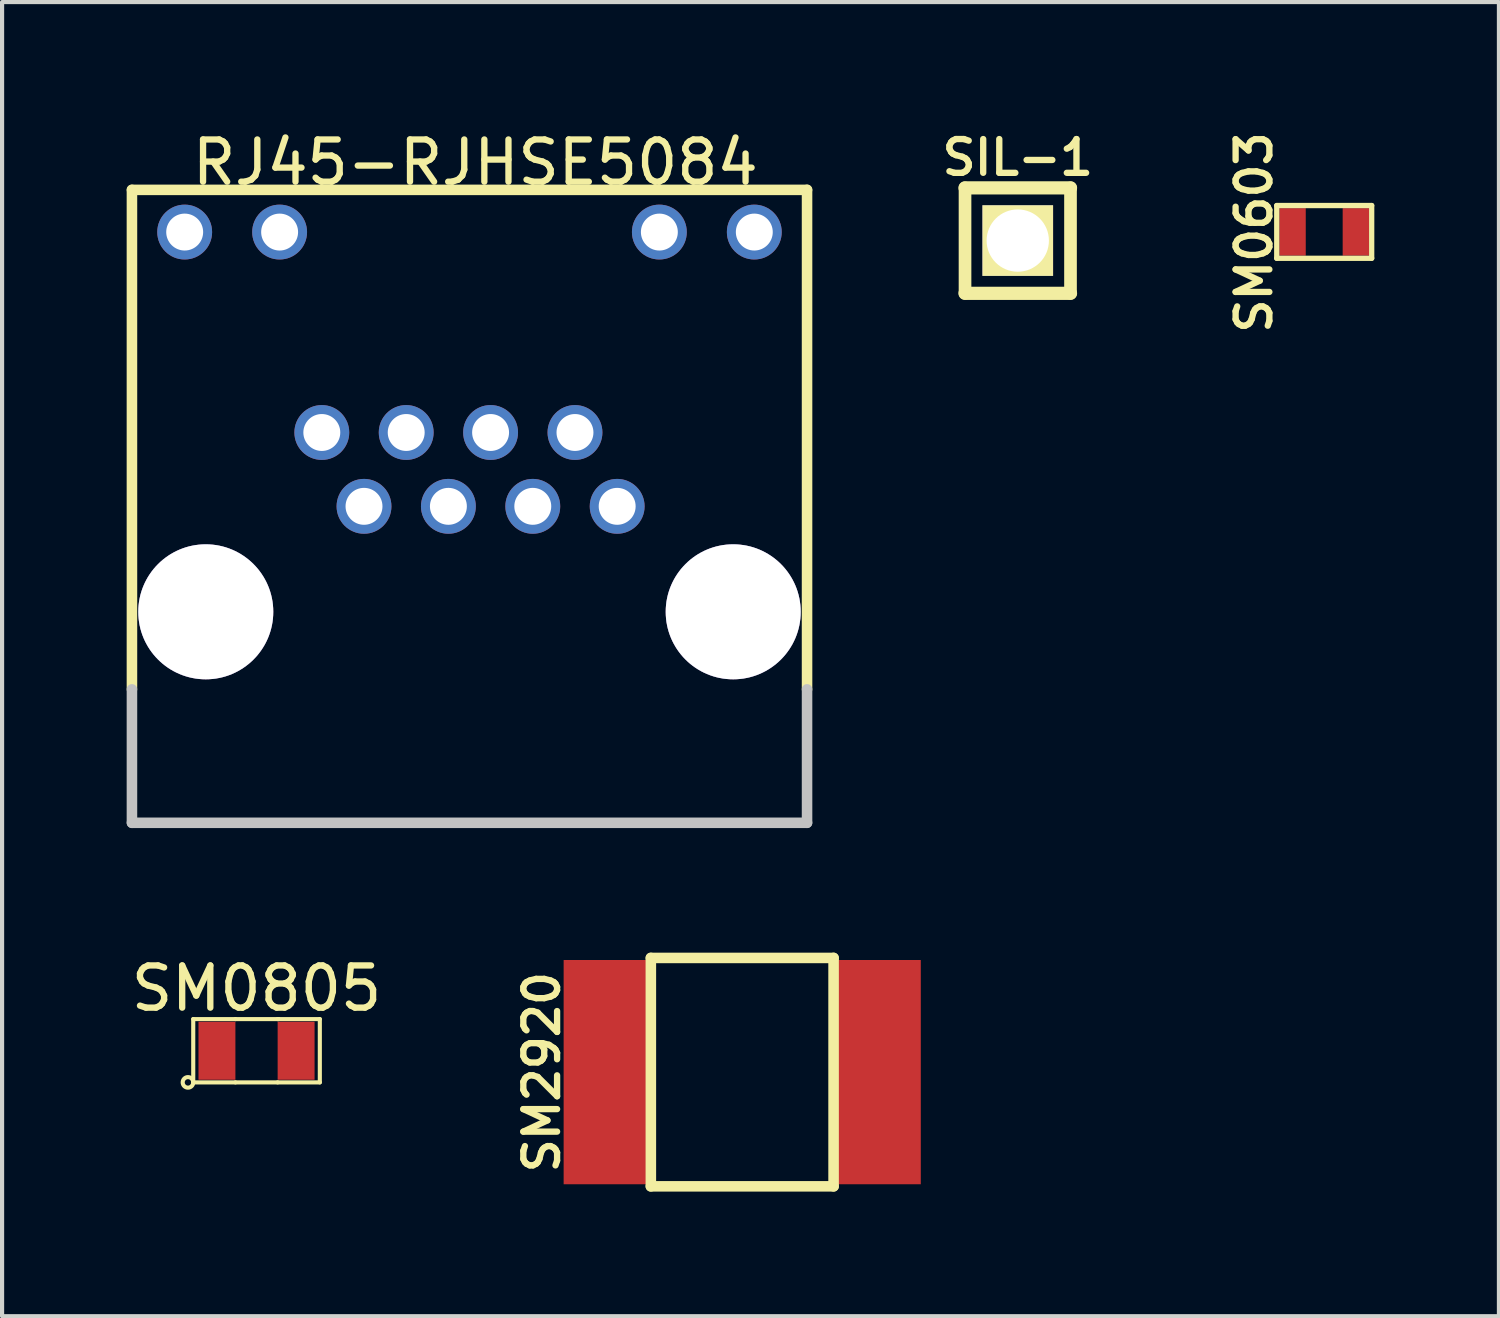
<source format=kicad_pcb>
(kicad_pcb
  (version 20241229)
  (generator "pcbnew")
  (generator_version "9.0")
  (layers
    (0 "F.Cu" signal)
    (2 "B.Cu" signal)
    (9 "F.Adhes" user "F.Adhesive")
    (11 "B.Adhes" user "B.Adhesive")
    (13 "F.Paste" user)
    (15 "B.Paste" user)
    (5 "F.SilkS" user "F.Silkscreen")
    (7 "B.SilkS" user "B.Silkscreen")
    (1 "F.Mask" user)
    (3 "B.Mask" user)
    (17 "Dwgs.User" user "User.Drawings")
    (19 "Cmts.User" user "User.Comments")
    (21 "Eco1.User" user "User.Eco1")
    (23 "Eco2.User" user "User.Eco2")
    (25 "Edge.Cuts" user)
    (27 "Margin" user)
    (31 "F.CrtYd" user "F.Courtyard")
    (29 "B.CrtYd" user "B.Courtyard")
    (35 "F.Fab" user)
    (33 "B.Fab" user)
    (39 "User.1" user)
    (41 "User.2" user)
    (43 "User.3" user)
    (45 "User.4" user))
  (footprint "SM0603"
    (layer "F.Cu")
    (at 28.836 2.534)
    (property "Reference" "SM0603" (at -1.689 0.013 90) (layer "F.SilkS") (effects (font (size 0.813 0.813) (thickness 0.152))))
    (attr smd)
    (fp_line (start -1.143 -0.635) (end 1.143 -0.635) (stroke (width 0.127) (type solid)) (layer "F.SilkS"))
    (fp_line (start -1.143 0.635) (end -1.143 -0.635) (stroke (width 0.127) (type solid)) (layer "F.SilkS"))
    (fp_line (start 1.143 -0.635) (end 1.143 0.635) (stroke (width 0.127) (type solid)) (layer "F.SilkS"))
    (fp_line (start 1.143 0.635) (end -1.143 0.635) (stroke (width 0.127) (type solid)) (layer "F.SilkS"))
    (pad "1" smd rect (at -0.762 0) (size 0.635 1.143) (layers "F.Cu" "F.Mask" "F.Paste"))
    (pad "2" smd rect (at 0.762 0) (size 0.635 1.143) (layers "F.Cu" "F.Mask" "F.Paste")))
  (footprint "SM2920"
    (layer "F.Cu")
    (at 14.822 22.766)
    (property "Reference" "SM2920" (at -4.826 0 90) (layer "F.SilkS") (effects (font (size 0.813 0.813) (thickness 0.152))))
    (attr smd)
    (fp_line (start -2.2 -2.75) (end 2.2 -2.75) (stroke (width 0.254) (type solid)) (layer "F.SilkS"))
    (fp_line (start -2.2 2.75) (end -2.2 -2.75) (stroke (width 0.254) (type solid)) (layer "F.SilkS"))
    (fp_line (start 2.2 -2.75) (end 2.2 2.75) (stroke (width 0.254) (type solid)) (layer "F.SilkS"))
    (fp_line (start 2.2 2.75) (end -2.2 2.75) (stroke (width 0.254) (type solid)) (layer "F.SilkS"))
    (pad "1" smd rect (at -3.3 0) (size 2 5.4) (layers "F.Cu" "F.Mask" "F.Paste"))
    (pad "2" smd rect (at 3.3 0) (size 2 5.4) (layers "F.Cu" "F.Mask" "F.Paste")))
  (footprint "RJ45-RJHSE5084"
    (layer "F.Cu")
    (at 8.255 9.142)
    (property "Reference" "RJ45-RJHSE5084" (at 0.14 -8.28 0) (layer "F.SilkS") (effects (font (size 1.016 1.016) (thickness 0.152))))
    (attr smd)
    (fp_line (start -8.128 -7.62) (end -8.128 4.407) (stroke (width 0.254) (type solid)) (layer "F.SilkS"))
    (fp_line (start -8.128 -7.62) (end 8.128 -7.62) (stroke (width 0.254) (type solid)) (layer "F.SilkS"))
    (fp_line (start 8.128 4.407) (end 8.128 -7.62) (stroke (width 0.254) (type solid)) (layer "F.SilkS"))
    (fp_line (start -8.128 4.407) (end -8.128 7.62) (stroke (width 0.254) (type solid)) (layer "Dwgs.User"))
    (fp_line (start -8.128 7.62) (end 8.128 7.62) (stroke (width 0.254) (type solid)) (layer "Dwgs.User"))
    (fp_line (start 8.128 4.407) (end 8.128 7.62) (stroke (width 0.254) (type solid)) (layer "Dwgs.User"))
    (pad "1" thru_hole circle (at 3.556 0 180) (size 1.321 1.321) (drill 0.889) (layers "*.Cu" "*.Mask"))
    (pad "2" thru_hole circle (at 2.54 -1.778 180) (size 1.321 1.321) (drill 0.889) (layers "*.Cu" "*.Mask"))
    (pad "3" thru_hole circle (at 1.524 0 180) (size 1.321 1.321) (drill 0.889) (layers "*.Cu" "*.Mask"))
    (pad "4" thru_hole circle (at 0.508 -1.778 180) (size 1.321 1.321) (drill 0.889) (layers "*.Cu" "*.Mask"))
    (pad "5" thru_hole circle (at -0.508 0 180) (size 1.321 1.321) (drill 0.889) (layers "*.Cu" "*.Mask"))
    (pad "6" thru_hole circle (at -1.524 -1.778 180) (size 1.321 1.321) (drill 0.889) (layers "*.Cu" "*.Mask"))
    (pad "7" thru_hole circle (at -2.54 0 180) (size 1.321 1.321) (drill 0.889) (layers "*.Cu" "*.Mask"))
    (pad "8" thru_hole circle (at -3.556 -1.778 180) (size 1.321 1.321) (drill 0.889) (layers "*.Cu" "*.Mask"))
    (pad "9" thru_hole circle (at 6.858 -6.604 180) (size 1.321 1.321) (drill 0.889) (layers "*.Cu" "*.Mask"))
    (pad "10" thru_hole circle (at 4.572 -6.604 180) (size 1.321 1.321) (drill 0.889) (layers "*.Cu" "*.Mask"))
    (pad "11" thru_hole circle (at -4.572 -6.604 180) (size 1.321 1.321) (drill 0.889) (layers "*.Cu" "*.Mask"))
    (pad "12" thru_hole circle (at -6.858 -6.604 180) (size 1.321 1.321) (drill 0.889) (layers "*.Cu" "*.Mask"))
    (pad "13" thru_hole circle (at -6.35 2.54 180) (size 3.251 3.251) (drill 3.251) (layers "*.Cu" "*.Mask"))
    (pad "14" thru_hole circle (at 6.35 2.54 180) (size 3.251 3.251) (drill 3.251) (layers "*.Cu" "*.Mask")))
  (footprint "SIL-1"
    (layer "F.Cu")
    (at 21.457 2.743)
    (property "Reference" "SIL-1" (at 0 -2 0) (layer "F.SilkS") (effects (font (size 0.813 0.813) (thickness 0.152))))
    (attr through_hole)
    (fp_line (start -1.27 -1.27) (end 1.27 -1.27) (stroke (width 0.318) (type solid)) (layer "F.SilkS"))
    (fp_line (start -1.27 1.27) (end -1.27 -1.27) (stroke (width 0.305) (type solid)) (layer "F.SilkS"))
    (fp_line (start -1.27 1.27) (end 1.27 1.27) (stroke (width 0.318) (type solid)) (layer "F.SilkS"))
    (fp_line (start 1.27 -1.27) (end 1.27 1.27) (stroke (width 0.305) (type solid)) (layer "F.SilkS"))
    (pad "1" thru_hole rect (at 0 0) (size 1.7 1.7) (drill 1.5) (layers "*.Cu" "*.Mask" "F.SilkS")))
  (footprint "SM0805"
    (layer "F.Cu")
    (at 3.127 22.251)
    (property "Reference" "SM0805" (at 0 -1.5 0) (layer "F.SilkS") (effects (font (size 1.016 1.016) (thickness 0.152))))
    (attr smd)
    (fp_line (start -1.524 -0.762) (end -0.508 -0.762) (stroke (width 0.099) (type solid)) (layer "F.SilkS"))
    (fp_line (start -1.524 0.762) (end -1.524 -0.762) (stroke (width 0.099) (type solid)) (layer "F.SilkS"))
    (fp_line (start -0.508 -0.762) (end 0.533 -0.762) (stroke (width 0.099) (type solid)) (layer "F.SilkS"))
    (fp_line (start -0.508 0.762) (end -1.524 0.762) (stroke (width 0.099) (type solid)) (layer "F.SilkS"))
    (fp_line (start -0.508 0.762) (end 0.508 0.762) (stroke (width 0.099) (type solid)) (layer "F.SilkS"))
    (fp_line (start 0.508 -0.762) (end 1.524 -0.762) (stroke (width 0.099) (type solid)) (layer "F.SilkS"))
    (fp_line (start 1.524 -0.762) (end 1.524 0.762) (stroke (width 0.099) (type solid)) (layer "F.SilkS"))
    (fp_line (start 1.524 0.762) (end 0.508 0.762) (stroke (width 0.099) (type solid)) (layer "F.SilkS"))
    (fp_circle (center -1.651 0.762) (end -1.651 0.635) (stroke (width 0.099) (type solid)) (fill no) (layer "F.SilkS"))
    (pad "1" smd rect (at -0.953 0) (size 0.889 1.397) (layers "F.Cu" "F.Mask" "F.Paste"))
    (pad "2" smd rect (at 0.953 0) (size 0.889 1.397) (layers "F.Cu" "F.Mask" "F.Paste")))
  (gr_rect
    (start -3 -3)
    (end 33.043 28.643)
    (stroke (width 0.1) (type default))
    (fill no)
    (layer "Edge.Cuts")))
</source>
